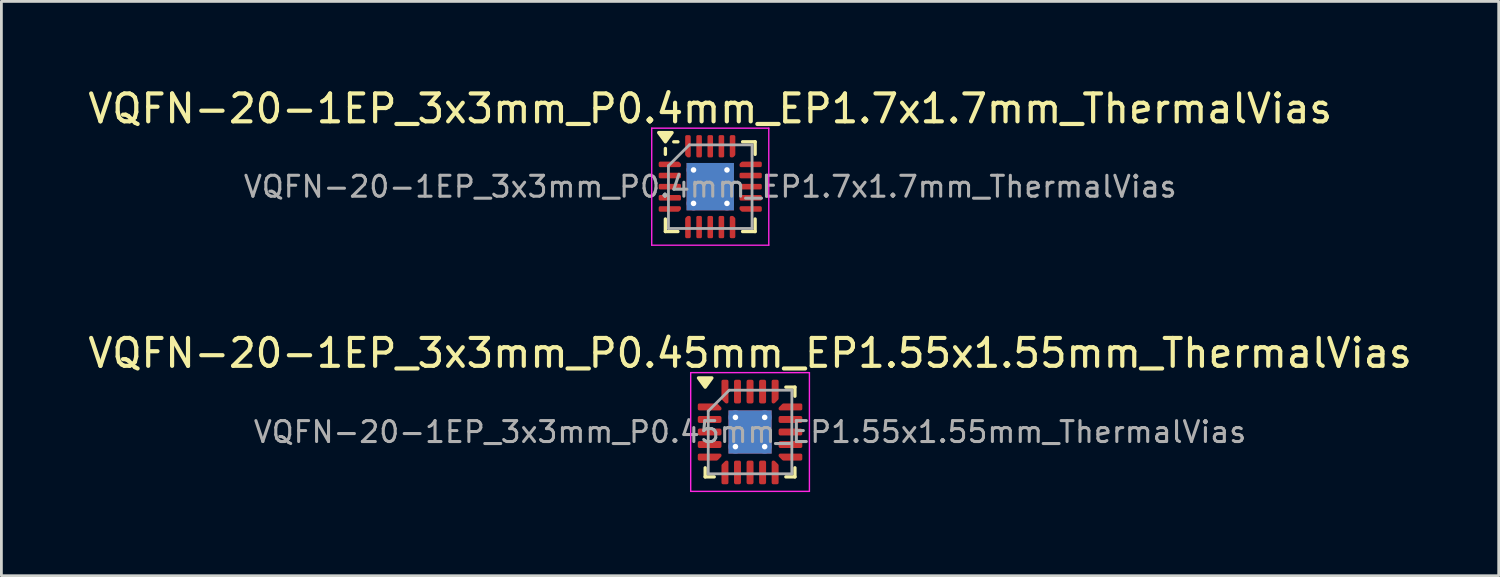
<source format=kicad_pcb>
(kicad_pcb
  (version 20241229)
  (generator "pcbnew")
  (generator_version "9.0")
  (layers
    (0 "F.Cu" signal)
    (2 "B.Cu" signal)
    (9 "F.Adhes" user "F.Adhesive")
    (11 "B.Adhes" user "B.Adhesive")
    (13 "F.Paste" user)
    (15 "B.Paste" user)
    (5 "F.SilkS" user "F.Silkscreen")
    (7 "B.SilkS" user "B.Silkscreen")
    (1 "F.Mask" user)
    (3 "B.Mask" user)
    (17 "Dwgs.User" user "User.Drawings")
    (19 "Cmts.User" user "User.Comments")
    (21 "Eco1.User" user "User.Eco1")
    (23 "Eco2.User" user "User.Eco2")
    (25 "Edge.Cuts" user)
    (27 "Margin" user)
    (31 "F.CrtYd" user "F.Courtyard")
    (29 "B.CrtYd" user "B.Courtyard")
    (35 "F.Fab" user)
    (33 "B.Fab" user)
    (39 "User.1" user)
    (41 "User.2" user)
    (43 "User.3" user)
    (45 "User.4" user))
  (footprint "VQFN-20-1EP_3x3mm_P0.45mm_EP1.55x1.55mm_ThermalVias"
    (layer "F.Cu")
    (at 23.863 12.451)
    (property "Reference" "VQFN-20-1EP_3x3mm_P0.45mm_EP1.55x1.55mm_ThermalVias" (at 0 -2.83 0) (layer "F.SilkS") (effects (font (size 1 1) (thickness 0.15))))
    (attr smd)
    (fp_line (start -1.61 1.61) (end -1.61 1.285) (stroke (width 0.12) (type solid)) (layer "F.SilkS"))
    (fp_line (start -1.285 1.61) (end -1.61 1.61) (stroke (width 0.12) (type solid)) (layer "F.SilkS"))
    (fp_line (start 1.285 -1.61) (end 1.61 -1.61) (stroke (width 0.12) (type solid)) (layer "F.SilkS"))
    (fp_line (start 1.285 1.61) (end 1.61 1.61) (stroke (width 0.12) (type solid)) (layer "F.SilkS"))
    (fp_line (start 1.61 -1.61) (end 1.61 -1.285) (stroke (width 0.12) (type solid)) (layer "F.SilkS"))
    (fp_line (start 1.61 1.61) (end 1.61 1.285) (stroke (width 0.12) (type solid)) (layer "F.SilkS"))
    (fp_poly (pts (xy -1.61 -1.61) (xy -1.85 -1.94) (xy -1.37 -1.94) (xy -1.61 -1.61)) (stroke (width 0.12) (type solid)) (fill yes) (layer "F.SilkS"))
    (fp_line (start -2.13 -2.13) (end -2.13 2.13) (stroke (width 0.05) (type solid)) (layer "F.CrtYd"))
    (fp_line (start -2.13 2.13) (end 2.13 2.13) (stroke (width 0.05) (type solid)) (layer "F.CrtYd"))
    (fp_line (start 2.13 -2.13) (end -2.13 -2.13) (stroke (width 0.05) (type solid)) (layer "F.CrtYd"))
    (fp_line (start 2.13 2.13) (end 2.13 -2.13) (stroke (width 0.05) (type solid)) (layer "F.CrtYd"))
    (fp_line (start -1.5 -0.75) (end -0.75 -1.5) (stroke (width 0.1) (type solid)) (layer "F.Fab"))
    (fp_line (start -1.5 1.5) (end -1.5 -0.75) (stroke (width 0.1) (type solid)) (layer "F.Fab"))
    (fp_line (start -0.75 -1.5) (end 1.5 -1.5) (stroke (width 0.1) (type solid)) (layer "F.Fab"))
    (fp_line (start 1.5 -1.5) (end 1.5 1.5) (stroke (width 0.1) (type solid)) (layer "F.Fab"))
    (fp_line (start 1.5 1.5) (end -1.5 1.5) (stroke (width 0.1) (type solid)) (layer "F.Fab"))
    (fp_text user "${REFERENCE}" (at 0 0 0) (layer "F.Fab") (effects (font (size 0.75 0.75) (thickness 0.11))))
    (pad "" smd roundrect (at -0.39 -0.39) (size 0.67 0.67) (layers "F.Paste") (roundrect_rratio 0.25))
    (pad "" smd roundrect (at -0.39 0.39) (size 0.67 0.67) (layers "F.Paste") (roundrect_rratio 0.25))
    (pad "" smd roundrect (at 0.39 -0.39) (size 0.67 0.67) (layers "F.Paste") (roundrect_rratio 0.25))
    (pad "" smd roundrect (at 0.39 0.39) (size 0.67 0.67) (layers "F.Paste") (roundrect_rratio 0.25))
    (pad "1" smd custom (at -1.45 -0.9) (size 0.144 0.144) (layers "F.Cu" "F.Mask" "F.Paste") (options (anchor circle)) (primitives (gr_poly (pts (xy -0.375 -0.075) (xy 0.254 -0.075) (xy 0.375 0.046) (xy 0.375 0.075) (xy -0.375 0.075)) (width 0.1) (fill yes))))
    (pad "2" smd roundrect (at -1.45 -0.45) (size 0.85 0.25) (layers "F.Cu" "F.Mask" "F.Paste") (roundrect_rratio 0.25))
    (pad "3" smd roundrect (at -1.45 0) (size 0.85 0.25) (layers "F.Cu" "F.Mask" "F.Paste") (roundrect_rratio 0.25))
    (pad "4" smd roundrect (at -1.45 0.45) (size 0.85 0.25) (layers "F.Cu" "F.Mask" "F.Paste") (roundrect_rratio 0.25))
    (pad "5" smd custom (at -1.45 0.9) (size 0.144 0.144) (layers "F.Cu" "F.Mask" "F.Paste") (options (anchor circle)) (primitives (gr_poly (pts (xy -0.375 -0.075) (xy 0.375 -0.075) (xy 0.375 -0.046) (xy 0.254 0.075) (xy -0.375 0.075)) (width 0.1) (fill yes))))
    (pad "6" smd custom (at -0.9 1.45) (size 0.144 0.144) (layers "F.Cu" "F.Mask" "F.Paste") (options (anchor circle)) (primitives (gr_poly (pts (xy -0.075 -0.254) (xy 0.046 -0.375) (xy 0.075 -0.375) (xy 0.075 0.375) (xy -0.075 0.375)) (width 0.1) (fill yes))))
    (pad "7" smd roundrect (at -0.45 1.45) (size 0.25 0.85) (layers "F.Cu" "F.Mask" "F.Paste") (roundrect_rratio 0.25))
    (pad "8" smd roundrect (at 0 1.45) (size 0.25 0.85) (layers "F.Cu" "F.Mask" "F.Paste") (roundrect_rratio 0.25))
    (pad "9" smd roundrect (at 0.45 1.45) (size 0.25 0.85) (layers "F.Cu" "F.Mask" "F.Paste") (roundrect_rratio 0.25))
    (pad "10" smd custom (at 0.9 1.45) (size 0.144 0.144) (layers "F.Cu" "F.Mask" "F.Paste") (options (anchor circle)) (primitives (gr_poly (pts (xy -0.075 -0.375) (xy -0.046 -0.375) (xy 0.075 -0.254) (xy 0.075 0.375) (xy -0.075 0.375)) (width 0.1) (fill yes))))
    (pad "11" smd custom (at 1.45 0.9) (size 0.144 0.144) (layers "F.Cu" "F.Mask" "F.Paste") (options (anchor circle)) (primitives (gr_poly (pts (xy -0.375 -0.075) (xy 0.375 -0.075) (xy 0.375 0.075) (xy -0.254 0.075) (xy -0.375 -0.046)) (width 0.1) (fill yes))))
    (pad "12" smd roundrect (at 1.45 0.45) (size 0.85 0.25) (layers "F.Cu" "F.Mask" "F.Paste") (roundrect_rratio 0.25))
    (pad "13" smd roundrect (at 1.45 0) (size 0.85 0.25) (layers "F.Cu" "F.Mask" "F.Paste") (roundrect_rratio 0.25))
    (pad "14" smd roundrect (at 1.45 -0.45) (size 0.85 0.25) (layers "F.Cu" "F.Mask" "F.Paste") (roundrect_rratio 0.25))
    (pad "15" smd custom (at 1.45 -0.9) (size 0.144 0.144) (layers "F.Cu" "F.Mask" "F.Paste") (options (anchor circle)) (primitives (gr_poly (pts (xy -0.375 0.046) (xy -0.254 -0.075) (xy 0.375 -0.075) (xy 0.375 0.075) (xy -0.375 0.075)) (width 0.1) (fill yes))))
    (pad "16" smd custom (at 0.9 -1.45) (size 0.144 0.144) (layers "F.Cu" "F.Mask" "F.Paste") (options (anchor circle)) (primitives (gr_poly (pts (xy -0.075 -0.375) (xy 0.075 -0.375) (xy 0.075 0.254) (xy -0.046 0.375) (xy -0.075 0.375)) (width 0.1) (fill yes))))
    (pad "17" smd roundrect (at 0.45 -1.45) (size 0.25 0.85) (layers "F.Cu" "F.Mask" "F.Paste") (roundrect_rratio 0.25))
    (pad "18" smd roundrect (at 0 -1.45) (size 0.25 0.85) (layers "F.Cu" "F.Mask" "F.Paste") (roundrect_rratio 0.25))
    (pad "19" smd roundrect (at -0.45 -1.45) (size 0.25 0.85) (layers "F.Cu" "F.Mask" "F.Paste") (roundrect_rratio 0.25))
    (pad "20" smd custom (at -0.9 -1.45) (size 0.144 0.144) (layers "F.Cu" "F.Mask" "F.Paste") (options (anchor circle)) (primitives (gr_poly (pts (xy -0.075 -0.375) (xy 0.075 -0.375) (xy 0.075 0.375) (xy 0.046 0.375) (xy -0.075 0.254)) (width 0.1) (fill yes))))
    (pad "21" thru_hole circle (at -0.525 -0.525) (size 0.5 0.5) (drill 0.2) (property pad_prop_heatsink) (layers "*.Cu"))
    (pad "21" thru_hole circle (at -0.525 0.525) (size 0.5 0.5) (drill 0.2) (property pad_prop_heatsink) (layers "*.Cu"))
    (pad "21" smd rect (at 0 0) (size 1.55 1.55) (property pad_prop_heatsink) (layers "F.Cu" "F.Mask"))
    (pad "21" smd rect (at 0 0) (size 1.55 1.55) (property pad_prop_heatsink) (layers "B.Cu"))
    (pad "21" thru_hole circle (at 0.525 -0.525) (size 0.5 0.5) (drill 0.2) (property pad_prop_heatsink) (layers "*.Cu"))
    (pad "21" thru_hole circle (at 0.525 0.525) (size 0.5 0.5) (drill 0.2) (property pad_prop_heatsink) (layers "*.Cu")))
  (footprint "VQFN-20-1EP_3x3mm_P0.4mm_EP1.7x1.7mm_ThermalVias"
    (layer "F.Cu")
    (at 22.435 3.648)
    (property "Reference" "VQFN-20-1EP_3x3mm_P0.4mm_EP1.7x1.7mm_ThermalVias" (at 0 -2.8 0) (layer "F.SilkS") (effects (font (size 1 1) (thickness 0.15))))
    (attr smd)
    (fp_line (start -1.61 -1.16) (end -1.61 -1.37) (stroke (width 0.12) (type solid)) (layer "F.SilkS"))
    (fp_line (start -1.61 1.61) (end -1.61 1.16) (stroke (width 0.12) (type solid)) (layer "F.SilkS"))
    (fp_line (start -1.16 -1.61) (end -1.31 -1.61) (stroke (width 0.12) (type solid)) (layer "F.SilkS"))
    (fp_line (start -1.16 1.61) (end -1.61 1.61) (stroke (width 0.12) (type solid)) (layer "F.SilkS"))
    (fp_line (start 1.16 -1.61) (end 1.61 -1.61) (stroke (width 0.12) (type solid)) (layer "F.SilkS"))
    (fp_line (start 1.16 1.61) (end 1.61 1.61) (stroke (width 0.12) (type solid)) (layer "F.SilkS"))
    (fp_line (start 1.61 -1.61) (end 1.61 -1.16) (stroke (width 0.12) (type solid)) (layer "F.SilkS"))
    (fp_line (start 1.61 1.61) (end 1.61 1.16) (stroke (width 0.12) (type solid)) (layer "F.SilkS"))
    (fp_poly (pts (xy -1.61 -1.61) (xy -1.85 -1.94) (xy -1.37 -1.94) (xy -1.61 -1.61)) (stroke (width 0.12) (type solid)) (fill yes) (layer "F.SilkS"))
    (fp_line (start -2.1 -2.1) (end -2.1 2.1) (stroke (width 0.05) (type solid)) (layer "F.CrtYd"))
    (fp_line (start -2.1 2.1) (end 2.1 2.1) (stroke (width 0.05) (type solid)) (layer "F.CrtYd"))
    (fp_line (start 2.1 -2.1) (end -2.1 -2.1) (stroke (width 0.05) (type solid)) (layer "F.CrtYd"))
    (fp_line (start 2.1 2.1) (end 2.1 -2.1) (stroke (width 0.05) (type solid)) (layer "F.CrtYd"))
    (fp_line (start -1.5 -0.75) (end -0.75 -1.5) (stroke (width 0.1) (type solid)) (layer "F.Fab"))
    (fp_line (start -1.5 1.5) (end -1.5 -0.75) (stroke (width 0.1) (type solid)) (layer "F.Fab"))
    (fp_line (start -0.75 -1.5) (end 1.5 -1.5) (stroke (width 0.1) (type solid)) (layer "F.Fab"))
    (fp_line (start 1.5 -1.5) (end 1.5 1.5) (stroke (width 0.1) (type solid)) (layer "F.Fab"))
    (fp_line (start 1.5 1.5) (end -1.5 1.5) (stroke (width 0.1) (type solid)) (layer "F.Fab"))
    (fp_text user "${REFERENCE}" (at 0 0 0) (layer "F.Fab") (effects (font (size 0.75 0.75) (thickness 0.11))))
    (pad "" smd roundrect (at -0.425 -0.425) (size 0.74 0.74) (layers "F.Paste") (roundrect_rratio 0.25))
    (pad "" smd roundrect (at -0.425 0.425) (size 0.74 0.74) (layers "F.Paste") (roundrect_rratio 0.25))
    (pad "" smd roundrect (at 0.425 -0.425) (size 0.74 0.74) (layers "F.Paste") (roundrect_rratio 0.25))
    (pad "" smd roundrect (at 0.425 0.425) (size 0.74 0.74) (layers "F.Paste") (roundrect_rratio 0.25))
    (pad "1" smd custom (at -1.45 -0.8) (size 0.143 0.143) (layers "F.Cu" "F.Mask" "F.Paste") (options (anchor circle)) (primitives (gr_poly (pts (xy -0.35 -0.05) (xy 0.299 -0.05) (xy 0.35 0.001) (xy 0.35 0.05) (xy -0.35 0.05)) (width 0.1) (fill yes))))
    (pad "2" smd roundrect (at -1.45 -0.4) (size 0.8 0.2) (layers "F.Cu" "F.Mask" "F.Paste") (roundrect_rratio 0.25))
    (pad "3" smd roundrect (at -1.45 0) (size 0.8 0.2) (layers "F.Cu" "F.Mask" "F.Paste") (roundrect_rratio 0.25))
    (pad "4" smd roundrect (at -1.45 0.4) (size 0.8 0.2) (layers "F.Cu" "F.Mask" "F.Paste") (roundrect_rratio 0.25))
    (pad "5" smd custom (at -1.45 0.8) (size 0.143 0.143) (layers "F.Cu" "F.Mask" "F.Paste") (options (anchor circle)) (primitives (gr_poly (pts (xy -0.35 -0.05) (xy 0.35 -0.05) (xy 0.35 -0.001) (xy 0.299 0.05) (xy -0.35 0.05)) (width 0.1) (fill yes))))
    (pad "6" smd custom (at -0.8 1.45) (size 0.143 0.143) (layers "F.Cu" "F.Mask" "F.Paste") (options (anchor circle)) (primitives (gr_poly (pts (xy -0.05 -0.299) (xy 0.001 -0.35) (xy 0.05 -0.35) (xy 0.05 0.35) (xy -0.05 0.35)) (width 0.1) (fill yes))))
    (pad "7" smd roundrect (at -0.4 1.45) (size 0.2 0.8) (layers "F.Cu" "F.Mask" "F.Paste") (roundrect_rratio 0.25))
    (pad "8" smd roundrect (at 0 1.45) (size 0.2 0.8) (layers "F.Cu" "F.Mask" "F.Paste") (roundrect_rratio 0.25))
    (pad "9" smd roundrect (at 0.4 1.45) (size 0.2 0.8) (layers "F.Cu" "F.Mask" "F.Paste") (roundrect_rratio 0.25))
    (pad "10" smd custom (at 0.8 1.45) (size 0.143 0.143) (layers "F.Cu" "F.Mask" "F.Paste") (options (anchor circle)) (primitives (gr_poly (pts (xy -0.05 -0.35) (xy -0.001 -0.35) (xy 0.05 -0.299) (xy 0.05 0.35) (xy -0.05 0.35)) (width 0.1) (fill yes))))
    (pad "11" smd custom (at 1.45 0.8) (size 0.143 0.143) (layers "F.Cu" "F.Mask" "F.Paste") (options (anchor circle)) (primitives (gr_poly (pts (xy -0.35 -0.05) (xy 0.35 -0.05) (xy 0.35 0.05) (xy -0.299 0.05) (xy -0.35 -0.001)) (width 0.1) (fill yes))))
    (pad "12" smd roundrect (at 1.45 0.4) (size 0.8 0.2) (layers "F.Cu" "F.Mask" "F.Paste") (roundrect_rratio 0.25))
    (pad "13" smd roundrect (at 1.45 0) (size 0.8 0.2) (layers "F.Cu" "F.Mask" "F.Paste") (roundrect_rratio 0.25))
    (pad "14" smd roundrect (at 1.45 -0.4) (size 0.8 0.2) (layers "F.Cu" "F.Mask" "F.Paste") (roundrect_rratio 0.25))
    (pad "15" smd custom (at 1.45 -0.8) (size 0.143 0.143) (layers "F.Cu" "F.Mask" "F.Paste") (options (anchor circle)) (primitives (gr_poly (pts (xy -0.35 0.001) (xy -0.299 -0.05) (xy 0.35 -0.05) (xy 0.35 0.05) (xy -0.35 0.05)) (width 0.1) (fill yes))))
    (pad "16" smd custom (at 0.8 -1.45) (size 0.143 0.143) (layers "F.Cu" "F.Mask" "F.Paste") (options (anchor circle)) (primitives (gr_poly (pts (xy -0.05 -0.35) (xy 0.05 -0.35) (xy 0.05 0.299) (xy -0.001 0.35) (xy -0.05 0.35)) (width 0.1) (fill yes))))
    (pad "17" smd roundrect (at 0.4 -1.45) (size 0.2 0.8) (layers "F.Cu" "F.Mask" "F.Paste") (roundrect_rratio 0.25))
    (pad "18" smd roundrect (at 0 -1.45) (size 0.2 0.8) (layers "F.Cu" "F.Mask" "F.Paste") (roundrect_rratio 0.25))
    (pad "19" smd roundrect (at -0.4 -1.45) (size 0.2 0.8) (layers "F.Cu" "F.Mask" "F.Paste") (roundrect_rratio 0.25))
    (pad "20" smd custom (at -0.8 -1.45) (size 0.143 0.143) (layers "F.Cu" "F.Mask" "F.Paste") (options (anchor circle)) (primitives (gr_poly (pts (xy -0.05 -0.35) (xy 0.05 -0.35) (xy 0.05 0.35) (xy 0.001 0.35) (xy -0.05 0.299)) (width 0.1) (fill yes))))
    (pad "21" thru_hole circle (at -0.6 -0.6) (size 0.5 0.5) (drill 0.2) (property pad_prop_heatsink) (layers "*.Cu"))
    (pad "21" thru_hole circle (at -0.6 0.6) (size 0.5 0.5) (drill 0.2) (property pad_prop_heatsink) (layers "*.Cu"))
    (pad "21" smd rect (at 0 0) (size 1.7 1.7) (property pad_prop_heatsink) (layers "F.Cu" "F.Mask"))
    (pad "21" smd rect (at 0 0) (size 1.7 1.7) (property pad_prop_heatsink) (layers "B.Cu"))
    (pad "21" thru_hole circle (at 0.6 -0.6) (size 0.5 0.5) (drill 0.2) (property pad_prop_heatsink) (layers "*.Cu"))
    (pad "21" thru_hole circle (at 0.6 0.6) (size 0.5 0.5) (drill 0.2) (property pad_prop_heatsink) (layers "*.Cu")))
  (gr_rect
    (start -3 -3)
    (end 50.726 17.607)
    (stroke (width 0.1) (type default))
    (fill no)
    (layer "Edge.Cuts")))
</source>
